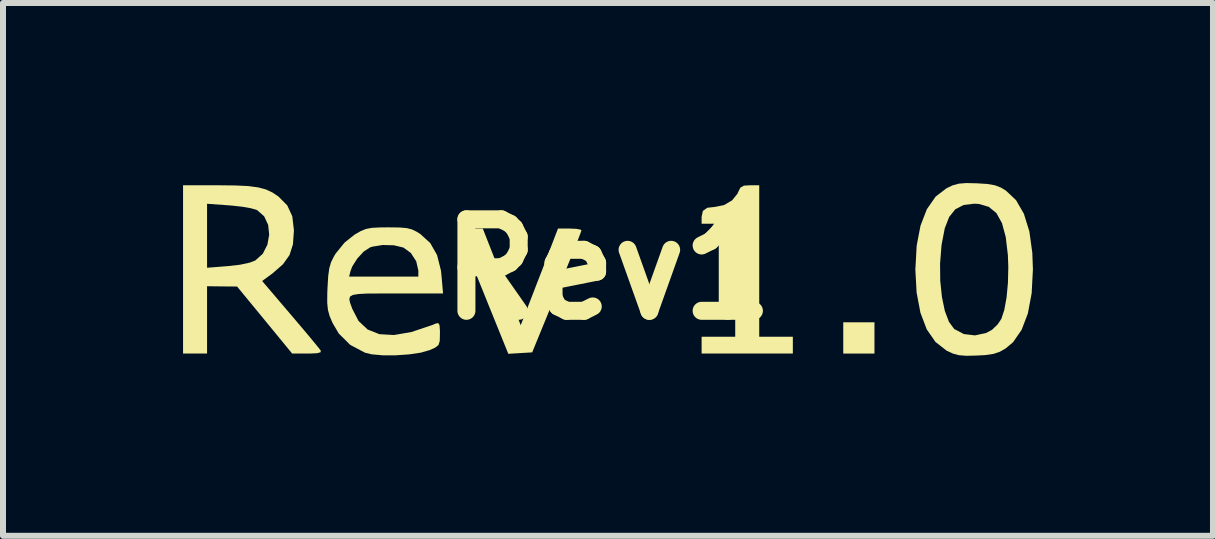
<source format=kicad_pcb>
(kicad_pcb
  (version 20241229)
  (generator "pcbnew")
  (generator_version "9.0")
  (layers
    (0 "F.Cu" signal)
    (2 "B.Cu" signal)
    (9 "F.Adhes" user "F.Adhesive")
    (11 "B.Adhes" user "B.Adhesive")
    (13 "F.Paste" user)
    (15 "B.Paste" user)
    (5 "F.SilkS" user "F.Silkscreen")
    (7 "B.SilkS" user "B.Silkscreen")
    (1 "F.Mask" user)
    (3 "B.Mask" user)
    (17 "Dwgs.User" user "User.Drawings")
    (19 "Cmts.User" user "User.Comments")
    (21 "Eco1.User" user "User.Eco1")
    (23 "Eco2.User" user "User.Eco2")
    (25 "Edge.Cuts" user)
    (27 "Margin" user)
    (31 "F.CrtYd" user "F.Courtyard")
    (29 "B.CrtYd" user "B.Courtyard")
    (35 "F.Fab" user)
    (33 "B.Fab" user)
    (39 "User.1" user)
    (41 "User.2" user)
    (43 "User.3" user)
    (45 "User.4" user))
  (footprint "Rev1"
    (layer "F.Cu")
    (at 7.08 1.439)
    (property "Reference" "Rev1" (at 0 0 0) (layer "F.SilkS") (effects (font (size 1.524 1.524) (thickness 0.3))))
    (attr board_only exclude_from_pos_files exclude_from_bom)
    (fp_poly (pts (xy 4.44 1.402) (xy 3.92 1.402) (xy 3.92 0.881) (xy 4.44 0.881)) (stroke (width 0) (type solid)) (fill yes) (layer "F.SilkS"))
    (fp_poly (pts (xy 2.52 1.122) (xy 3.08 1.122) (xy 3.08 1.402) (xy 1.56 1.402) (xy 1.56 1.122) (xy 2.12 1.122) (xy 2.12 -0.761) (xy 1.56 -0.761) (xy 1.56 -0.877) (xy 1.581 -0.975) (xy 1.654 -1.027) (xy 1.785 -1.042) (xy 1.934 -1.072) (xy 2.068 -1.151) (xy 2.157 -1.261) (xy 2.167 -1.285) (xy 2.205 -1.362) (xy 2.265 -1.396) (xy 2.364 -1.402) (xy 2.52 -1.402)) (stroke (width 0) (type solid)) (fill yes) (layer "F.SilkS"))
    (fp_poly (pts (xy -1.77 0.124) (xy -1.454 0.929) (xy -1.262 0.435) (xy -1.177 0.214) (xy -1.088 -0.014) (xy -1.009 -0.222) (xy -0.952 -0.371) (xy -0.833 -0.681) (xy -0.636 -0.681) (xy -0.524 -0.676) (xy -0.454 -0.662) (xy -0.442 -0.651) (xy -0.457 -0.607) (xy -0.498 -0.5) (xy -0.562 -0.338) (xy -0.645 -0.131) (xy -0.742 0.109) (xy -0.85 0.375) (xy -0.853 0.381) (xy -1.263 1.382) (xy -1.462 1.394) (xy -1.661 1.406) (xy -2.071 0.392) (xy -2.179 0.125) (xy -2.276 -0.118) (xy -2.358 -0.327) (xy -2.422 -0.492) (xy -2.464 -0.603) (xy -2.48 -0.65) (xy -2.48 -0.651) (xy -2.444 -0.668) (xy -2.352 -0.679) (xy -2.283 -0.681) (xy -2.086 -0.681)) (stroke (width 0) (type solid)) (fill yes) (layer "F.SilkS"))
    (fp_poly (pts (xy -6.208 -1.399) (xy -5.994 -1.389) (xy -5.83 -1.367) (xy -5.701 -1.333) (xy -5.591 -1.282) (xy -5.49 -1.214) (xy -5.344 -1.067) (xy -5.26 -0.885) (xy -5.233 -0.653) (xy -5.233 -0.645) (xy -5.249 -0.418) (xy -5.306 -0.239) (xy -5.416 -0.085) (xy -5.589 0.066) (xy -5.611 0.082) (xy -5.762 0.193) (xy -5.289 0.748) (xy -5.136 0.928) (xy -5 1.089) (xy -4.891 1.221) (xy -4.816 1.313) (xy -4.786 1.352) (xy -4.788 1.38) (xy -4.846 1.396) (xy -4.969 1.402) (xy -5.009 1.402) (xy -5.262 1.402) (xy -5.721 0.843) (xy -6.18 0.285) (xy -6.43 0.283) (xy -6.68 0.28) (xy -6.68 1.402) (xy -7.08 1.402) (xy -7.08 -1.094) (xy -6.68 -1.094) (xy -6.68 -0.028) (xy -6.335 -0.055) (xy -6.132 -0.078) (xy -5.97 -0.113) (xy -5.876 -0.149) (xy -5.752 -0.261) (xy -5.675 -0.411) (xy -5.645 -0.577) (xy -5.662 -0.742) (xy -5.728 -0.884) (xy -5.842 -0.985) (xy -5.86 -0.994) (xy -5.948 -1.019) (xy -6.091 -1.044) (xy -6.261 -1.063) (xy -6.323 -1.068) (xy -6.68 -1.094) (xy -7.08 -1.094) (xy -7.08 -1.402) (xy -6.486 -1.402)) (stroke (width 0) (type solid)) (fill yes) (layer "F.SilkS"))
    (fp_poly (pts (xy 6.143 -1.435) (xy 6.321 -1.424) (xy 6.447 -1.402) (xy 6.548 -1.363) (xy 6.629 -1.314) (xy 6.799 -1.154) (xy 6.93 -0.926) (xy 7.021 -0.632) (xy 7.07 -0.276) (xy 7.08 0) (xy 7.059 0.397) (xy 6.996 0.733) (xy 6.892 1.006) (xy 6.749 1.213) (xy 6.629 1.314) (xy 6.529 1.372) (xy 6.425 1.407) (xy 6.292 1.427) (xy 6.143 1.435) (xy 5.968 1.439) (xy 5.845 1.429) (xy 5.744 1.401) (xy 5.64 1.352) (xy 5.456 1.208) (xy 5.31 0.997) (xy 5.206 0.722) (xy 5.142 0.385) (xy 5.121 0) (xy 5.127 -0.096) (xy 5.533 -0.096) (xy 5.536 0.192) (xy 5.564 0.459) (xy 5.612 0.691) (xy 5.681 0.873) (xy 5.767 0.991) (xy 5.771 0.994) (xy 5.929 1.077) (xy 6.114 1.099) (xy 6.298 1.06) (xy 6.4 1.005) (xy 6.494 0.914) (xy 6.554 0.824) (xy 6.603 0.675) (xy 6.641 0.468) (xy 6.664 0.222) (xy 6.67 -0.04) (xy 6.663 -0.238) (xy 6.627 -0.541) (xy 6.564 -0.773) (xy 6.471 -0.939) (xy 6.344 -1.043) (xy 6.179 -1.091) (xy 6.1 -1.095) (xy 5.924 -1.073) (xy 5.787 -1.002) (xy 5.685 -0.875) (xy 5.611 -0.685) (xy 5.561 -0.425) (xy 5.556 -0.39) (xy 5.533 -0.096) (xy 5.127 -0.096) (xy 5.143 -0.394) (xy 5.207 -0.729) (xy 5.313 -1.003) (xy 5.459 -1.213) (xy 5.64 -1.352) (xy 5.745 -1.402) (xy 5.846 -1.429) (xy 5.969 -1.439)) (stroke (width 0) (type solid)) (fill yes) (layer "F.SilkS"))
    (fp_poly (pts (xy -3.48 -0.699) (xy -3.356 -0.689) (xy -3.265 -0.666) (xy -3.184 -0.626) (xy -3.128 -0.591) (xy -2.962 -0.44) (xy -2.848 -0.24) (xy -2.783 0.018) (xy -2.772 0.124) (xy -2.748 0.401) (xy -3.534 0.401) (xy -3.81 0.401) (xy -4.015 0.402) (xy -4.159 0.41) (xy -4.25 0.425) (xy -4.297 0.452) (xy -4.31 0.494) (xy -4.298 0.553) (xy -4.269 0.634) (xy -4.262 0.654) (xy -4.156 0.859) (xy -4.005 1.001) (xy -3.808 1.079) (xy -3.566 1.093) (xy -3.276 1.043) (xy -2.938 0.93) (xy -2.87 0.902) (xy -2.828 0.894) (xy -2.807 0.928) (xy -2.8 1.018) (xy -2.8 1.073) (xy -2.803 1.193) (xy -2.825 1.261) (xy -2.884 1.306) (xy -2.97 1.344) (xy -3.12 1.387) (xy -3.318 1.416) (xy -3.538 1.431) (xy -3.755 1.431) (xy -3.94 1.414) (xy -4.05 1.387) (xy -4.295 1.257) (xy -4.485 1.069) (xy -4.589 0.892) (xy -4.638 0.777) (xy -4.666 0.675) (xy -4.678 0.558) (xy -4.677 0.401) (xy -4.673 0.301) (xy -4.662 0.12) (xy -4.313 0.12) (xy -3.16 0.12) (xy -3.16 0.016) (xy -3.195 -0.135) (xy -3.284 -0.273) (xy -3.408 -0.364) (xy -3.411 -0.365) (xy -3.567 -0.402) (xy -3.754 -0.407) (xy -3.927 -0.379) (xy -3.966 -0.366) (xy -4.072 -0.296) (xy -4.179 -0.179) (xy -4.262 -0.047) (xy -4.291 0.03) (xy -4.313 0.12) (xy -4.662 0.12) (xy -4.662 0.114) (xy -4.644 -0.018) (xy -4.614 -0.121) (xy -4.565 -0.219) (xy -4.537 -0.265) (xy -4.388 -0.448) (xy -4.222 -0.58) (xy -4.121 -0.638) (xy -4.033 -0.674) (xy -3.931 -0.693) (xy -3.793 -0.7) (xy -3.66 -0.701)) (stroke (width 0) (type solid)) (fill yes) (layer "F.SilkS")))
  (gr_rect
    (start -3 -3)
    (end 17.16 5.877)
    (stroke (width 0.1) (type default))
    (fill no)
    (layer "Edge.Cuts")))
</source>
